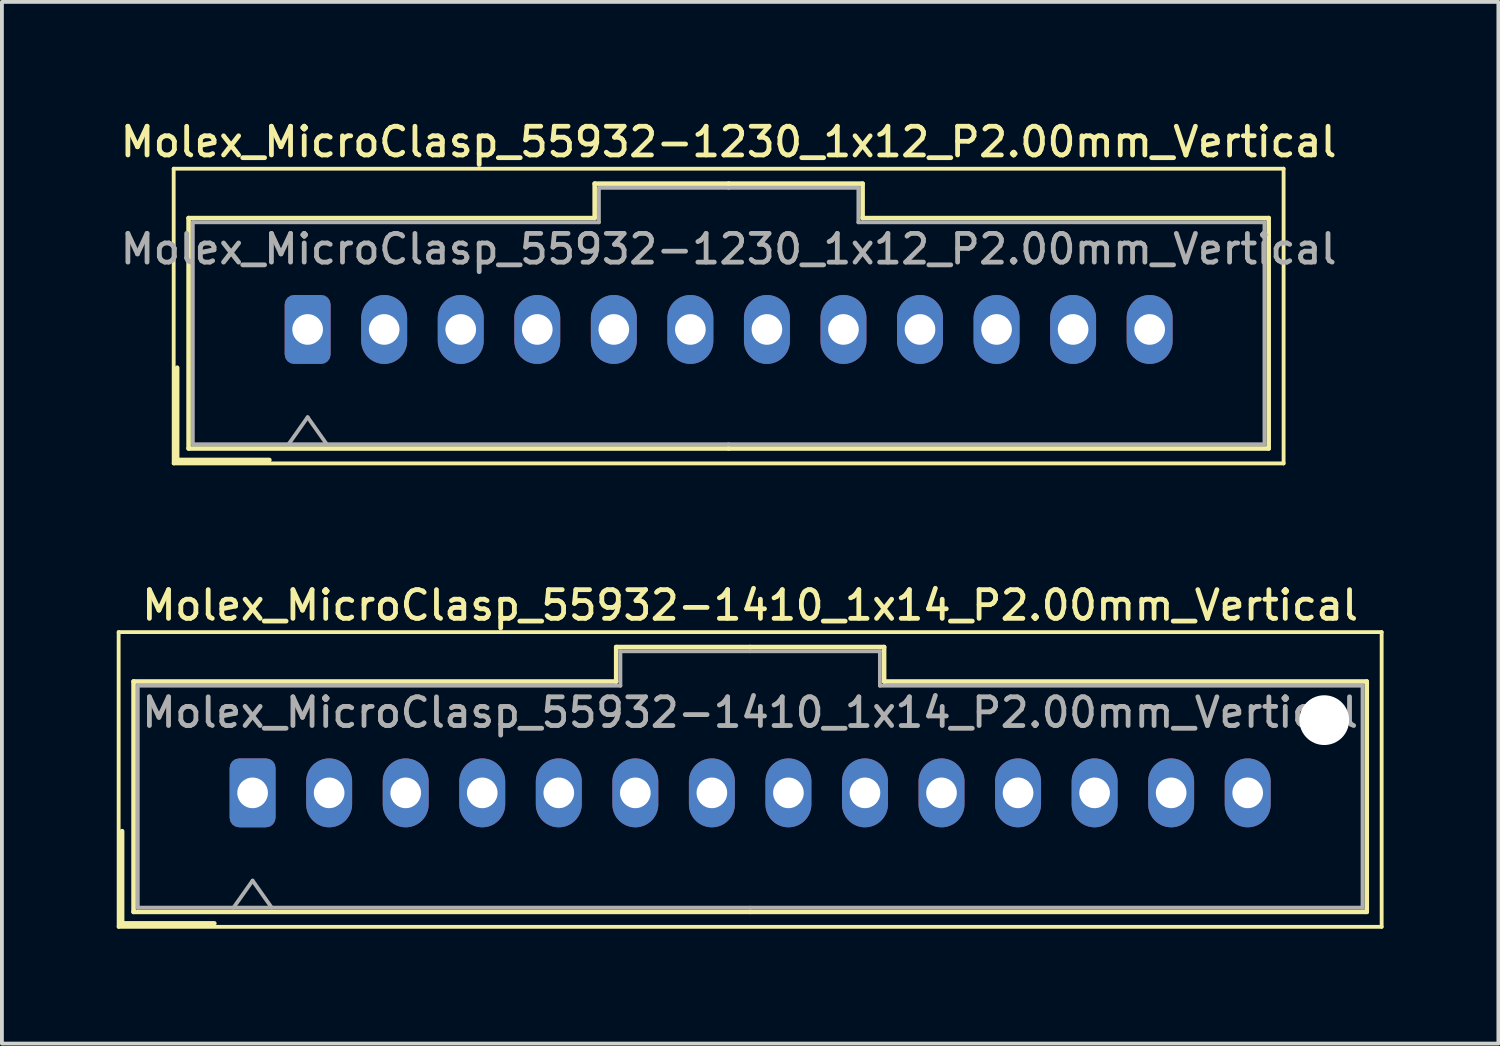
<source format=kicad_pcb>
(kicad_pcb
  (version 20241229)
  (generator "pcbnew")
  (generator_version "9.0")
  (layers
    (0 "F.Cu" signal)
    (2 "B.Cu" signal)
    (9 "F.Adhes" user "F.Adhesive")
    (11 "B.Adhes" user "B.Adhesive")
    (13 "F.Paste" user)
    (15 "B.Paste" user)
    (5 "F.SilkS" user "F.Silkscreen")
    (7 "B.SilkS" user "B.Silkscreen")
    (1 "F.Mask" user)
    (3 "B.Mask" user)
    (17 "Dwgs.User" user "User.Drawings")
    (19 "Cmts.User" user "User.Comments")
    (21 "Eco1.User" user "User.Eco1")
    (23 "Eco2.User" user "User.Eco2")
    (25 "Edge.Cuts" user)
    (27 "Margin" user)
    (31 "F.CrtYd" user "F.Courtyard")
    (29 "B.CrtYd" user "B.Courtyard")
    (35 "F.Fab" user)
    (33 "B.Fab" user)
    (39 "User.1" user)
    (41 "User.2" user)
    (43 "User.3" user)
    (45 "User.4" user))
  (footprint "Molex_MicroClasp_55932-1230_1x12_P2.00mm_Vertical"
    (layer "F.Cu")
    (at 4.988 5.558)
    (property "Reference" "Molex_MicroClasp_55932-1230_1x12_P2.00mm_Vertical" (at 11 -4.9 0) (layer "F.SilkS") (effects (font (size 0.75 0.75) (thickness 0.125))))
    (attr through_hole)
    (fp_line (start -3.5 -4.2) (end -3.5 3.5) (stroke (width 0.1) (type solid)) (layer "F.SilkS"))
    (fp_line (start -3.5 3.5) (end 25.5 3.5) (stroke (width 0.1) (type solid)) (layer "F.SilkS"))
    (fp_line (start -3.41 1) (end -3.41 3.41) (stroke (width 0.12) (type solid)) (layer "F.SilkS"))
    (fp_line (start -3.41 3.41) (end -1 3.41) (stroke (width 0.12) (type solid)) (layer "F.SilkS"))
    (fp_line (start -3.11 -2.91) (end -3.11 3.11) (stroke (width 0.12) (type solid)) (layer "F.SilkS"))
    (fp_line (start -3.11 3.11) (end 11 3.11) (stroke (width 0.12) (type solid)) (layer "F.SilkS"))
    (fp_line (start 7.5 -3.81) (end 7.5 -2.91) (stroke (width 0.12) (type solid)) (layer "F.SilkS"))
    (fp_line (start 7.5 -2.91) (end -3.11 -2.91) (stroke (width 0.12) (type solid)) (layer "F.SilkS"))
    (fp_line (start 11 -3.81) (end 7.5 -3.81) (stroke (width 0.12) (type solid)) (layer "F.SilkS"))
    (fp_line (start 11 -3.81) (end 14.5 -3.81) (stroke (width 0.12) (type solid)) (layer "F.SilkS"))
    (fp_line (start 14.5 -3.81) (end 14.5 -2.91) (stroke (width 0.12) (type solid)) (layer "F.SilkS"))
    (fp_line (start 14.5 -2.91) (end 25.11 -2.91) (stroke (width 0.12) (type solid)) (layer "F.SilkS"))
    (fp_line (start 25.11 -2.91) (end 25.11 3.11) (stroke (width 0.12) (type solid)) (layer "F.SilkS"))
    (fp_line (start 25.11 3.11) (end 11 3.11) (stroke (width 0.12) (type solid)) (layer "F.SilkS"))
    (fp_line (start 25.5 -4.2) (end -3.5 -4.2) (stroke (width 0.1) (type solid)) (layer "F.SilkS"))
    (fp_line (start 25.5 3.5) (end 25.5 -4.2) (stroke (width 0.1) (type solid)) (layer "F.SilkS"))
    (fp_line (start -3 -2.8) (end -3 3) (stroke (width 0.1) (type solid)) (layer "F.Fab"))
    (fp_line (start -3 3) (end 11 3) (stroke (width 0.1) (type solid)) (layer "F.Fab"))
    (fp_line (start -0.5 3) (end 0 2.293) (stroke (width 0.1) (type solid)) (layer "F.Fab"))
    (fp_line (start 0 2.293) (end 0.5 3) (stroke (width 0.1) (type solid)) (layer "F.Fab"))
    (fp_line (start 7.61 -3.7) (end 7.61 -2.8) (stroke (width 0.1) (type solid)) (layer "F.Fab"))
    (fp_line (start 7.61 -2.8) (end -3 -2.8) (stroke (width 0.1) (type solid)) (layer "F.Fab"))
    (fp_line (start 11 -3.7) (end 7.61 -3.7) (stroke (width 0.1) (type solid)) (layer "F.Fab"))
    (fp_line (start 11 -3.7) (end 14.39 -3.7) (stroke (width 0.1) (type solid)) (layer "F.Fab"))
    (fp_line (start 14.39 -3.7) (end 14.39 -2.8) (stroke (width 0.1) (type solid)) (layer "F.Fab"))
    (fp_line (start 14.39 -2.8) (end 25 -2.8) (stroke (width 0.1) (type solid)) (layer "F.Fab"))
    (fp_line (start 25 -2.8) (end 25 3) (stroke (width 0.1) (type solid)) (layer "F.Fab"))
    (fp_line (start 25 3) (end 11 3) (stroke (width 0.1) (type solid)) (layer "F.Fab"))
    (fp_text user "${REFERENCE}" (at 11 -2.1 0) (layer "F.Fab") (effects (font (size 0.75 0.75) (thickness 0.125))))
    (pad "1" thru_hole roundrect (at 0 0) (size 1.2 1.8) (drill 0.8) (layers "*.Cu" "*.Mask") (roundrect_rratio 0.208))
    (pad "2" thru_hole oval (at 2 0) (size 1.2 1.8) (drill 0.8) (layers "*.Cu" "*.Mask"))
    (pad "3" thru_hole oval (at 4 0) (size 1.2 1.8) (drill 0.8) (layers "*.Cu" "*.Mask"))
    (pad "4" thru_hole oval (at 6 0) (size 1.2 1.8) (drill 0.8) (layers "*.Cu" "*.Mask"))
    (pad "5" thru_hole oval (at 8 0) (size 1.2 1.8) (drill 0.8) (layers "*.Cu" "*.Mask"))
    (pad "6" thru_hole oval (at 10 0) (size 1.2 1.8) (drill 0.8) (layers "*.Cu" "*.Mask"))
    (pad "7" thru_hole oval (at 12 0) (size 1.2 1.8) (drill 0.8) (layers "*.Cu" "*.Mask"))
    (pad "8" thru_hole oval (at 14 0) (size 1.2 1.8) (drill 0.8) (layers "*.Cu" "*.Mask"))
    (pad "9" thru_hole oval (at 16 0) (size 1.2 1.8) (drill 0.8) (layers "*.Cu" "*.Mask"))
    (pad "10" thru_hole oval (at 18 0) (size 1.2 1.8) (drill 0.8) (layers "*.Cu" "*.Mask"))
    (pad "11" thru_hole oval (at 20 0) (size 1.2 1.8) (drill 0.8) (layers "*.Cu" "*.Mask"))
    (pad "12" thru_hole oval (at 22 0) (size 1.2 1.8) (drill 0.8) (layers "*.Cu" "*.Mask")))
  (footprint "Molex_MicroClasp_55932-1410_1x14_P2.00mm_Vertical"
    (layer "F.Cu")
    (at 3.55 17.666)
    (property "Reference" "Molex_MicroClasp_55932-1410_1x14_P2.00mm_Vertical" (at 13 -4.9 0) (layer "F.SilkS") (effects (font (size 0.75 0.75) (thickness 0.125))))
    (attr through_hole)
    (fp_line (start -3.5 -4.2) (end -3.5 3.5) (stroke (width 0.1) (type solid)) (layer "F.SilkS"))
    (fp_line (start -3.5 3.5) (end 29.5 3.5) (stroke (width 0.1) (type solid)) (layer "F.SilkS"))
    (fp_line (start -3.41 1) (end -3.41 3.41) (stroke (width 0.12) (type solid)) (layer "F.SilkS"))
    (fp_line (start -3.41 3.41) (end -1 3.41) (stroke (width 0.12) (type solid)) (layer "F.SilkS"))
    (fp_line (start -3.11 -2.91) (end -3.11 3.11) (stroke (width 0.12) (type solid)) (layer "F.SilkS"))
    (fp_line (start -3.11 3.11) (end 13 3.11) (stroke (width 0.12) (type solid)) (layer "F.SilkS"))
    (fp_line (start 9.5 -3.81) (end 9.5 -2.91) (stroke (width 0.12) (type solid)) (layer "F.SilkS"))
    (fp_line (start 9.5 -2.91) (end -3.11 -2.91) (stroke (width 0.12) (type solid)) (layer "F.SilkS"))
    (fp_line (start 13 -3.81) (end 9.5 -3.81) (stroke (width 0.12) (type solid)) (layer "F.SilkS"))
    (fp_line (start 13 -3.81) (end 16.5 -3.81) (stroke (width 0.12) (type solid)) (layer "F.SilkS"))
    (fp_line (start 16.5 -3.81) (end 16.5 -2.91) (stroke (width 0.12) (type solid)) (layer "F.SilkS"))
    (fp_line (start 16.5 -2.91) (end 29.11 -2.91) (stroke (width 0.12) (type solid)) (layer "F.SilkS"))
    (fp_line (start 29.11 -2.91) (end 29.11 3.11) (stroke (width 0.12) (type solid)) (layer "F.SilkS"))
    (fp_line (start 29.11 3.11) (end 13 3.11) (stroke (width 0.12) (type solid)) (layer "F.SilkS"))
    (fp_line (start 29.5 -4.2) (end -3.5 -4.2) (stroke (width 0.1) (type solid)) (layer "F.SilkS"))
    (fp_line (start 29.5 3.5) (end 29.5 -4.2) (stroke (width 0.1) (type solid)) (layer "F.SilkS"))
    (fp_line (start -3 -2.8) (end -3 3) (stroke (width 0.1) (type solid)) (layer "F.Fab"))
    (fp_line (start -3 3) (end 13 3) (stroke (width 0.1) (type solid)) (layer "F.Fab"))
    (fp_line (start -0.5 3) (end 0 2.293) (stroke (width 0.1) (type solid)) (layer "F.Fab"))
    (fp_line (start 0 2.293) (end 0.5 3) (stroke (width 0.1) (type solid)) (layer "F.Fab"))
    (fp_line (start 9.61 -3.7) (end 9.61 -2.8) (stroke (width 0.1) (type solid)) (layer "F.Fab"))
    (fp_line (start 9.61 -2.8) (end -3 -2.8) (stroke (width 0.1) (type solid)) (layer "F.Fab"))
    (fp_line (start 13 -3.7) (end 9.61 -3.7) (stroke (width 0.1) (type solid)) (layer "F.Fab"))
    (fp_line (start 13 -3.7) (end 16.39 -3.7) (stroke (width 0.1) (type solid)) (layer "F.Fab"))
    (fp_line (start 16.39 -3.7) (end 16.39 -2.8) (stroke (width 0.1) (type solid)) (layer "F.Fab"))
    (fp_line (start 16.39 -2.8) (end 29 -2.8) (stroke (width 0.1) (type solid)) (layer "F.Fab"))
    (fp_line (start 29 -2.8) (end 29 3) (stroke (width 0.1) (type solid)) (layer "F.Fab"))
    (fp_line (start 29 3) (end 13 3) (stroke (width 0.1) (type solid)) (layer "F.Fab"))
    (fp_text user "${REFERENCE}" (at 13 -2.1 0) (layer "F.Fab") (effects (font (size 0.75 0.75) (thickness 0.125))))
    (pad "" np_thru_hole circle (at 28 -1.9) (size 1.3 1.3) (drill 1.3) (layers "*.Cu" "*.Mask"))
    (pad "1" thru_hole roundrect (at 0 0) (size 1.2 1.8) (drill 0.8) (layers "*.Cu" "*.Mask") (roundrect_rratio 0.208))
    (pad "2" thru_hole oval (at 2 0) (size 1.2 1.8) (drill 0.8) (layers "*.Cu" "*.Mask"))
    (pad "3" thru_hole oval (at 4 0) (size 1.2 1.8) (drill 0.8) (layers "*.Cu" "*.Mask"))
    (pad "4" thru_hole oval (at 6 0) (size 1.2 1.8) (drill 0.8) (layers "*.Cu" "*.Mask"))
    (pad "5" thru_hole oval (at 8 0) (size 1.2 1.8) (drill 0.8) (layers "*.Cu" "*.Mask"))
    (pad "6" thru_hole oval (at 10 0) (size 1.2 1.8) (drill 0.8) (layers "*.Cu" "*.Mask"))
    (pad "7" thru_hole oval (at 12 0) (size 1.2 1.8) (drill 0.8) (layers "*.Cu" "*.Mask"))
    (pad "8" thru_hole oval (at 14 0) (size 1.2 1.8) (drill 0.8) (layers "*.Cu" "*.Mask"))
    (pad "9" thru_hole oval (at 16 0) (size 1.2 1.8) (drill 0.8) (layers "*.Cu" "*.Mask"))
    (pad "10" thru_hole oval (at 18 0) (size 1.2 1.8) (drill 0.8) (layers "*.Cu" "*.Mask"))
    (pad "11" thru_hole oval (at 20 0) (size 1.2 1.8) (drill 0.8) (layers "*.Cu" "*.Mask"))
    (pad "12" thru_hole oval (at 22 0) (size 1.2 1.8) (drill 0.8) (layers "*.Cu" "*.Mask"))
    (pad "13" thru_hole oval (at 24 0) (size 1.2 1.8) (drill 0.8) (layers "*.Cu" "*.Mask"))
    (pad "14" thru_hole oval (at 26 0) (size 1.2 1.8) (drill 0.8) (layers "*.Cu" "*.Mask")))
  (gr_rect
    (start -3 -3)
    (end 36.1 24.216)
    (stroke (width 0.1) (type default))
    (fill no)
    (layer "Edge.Cuts")))
</source>
